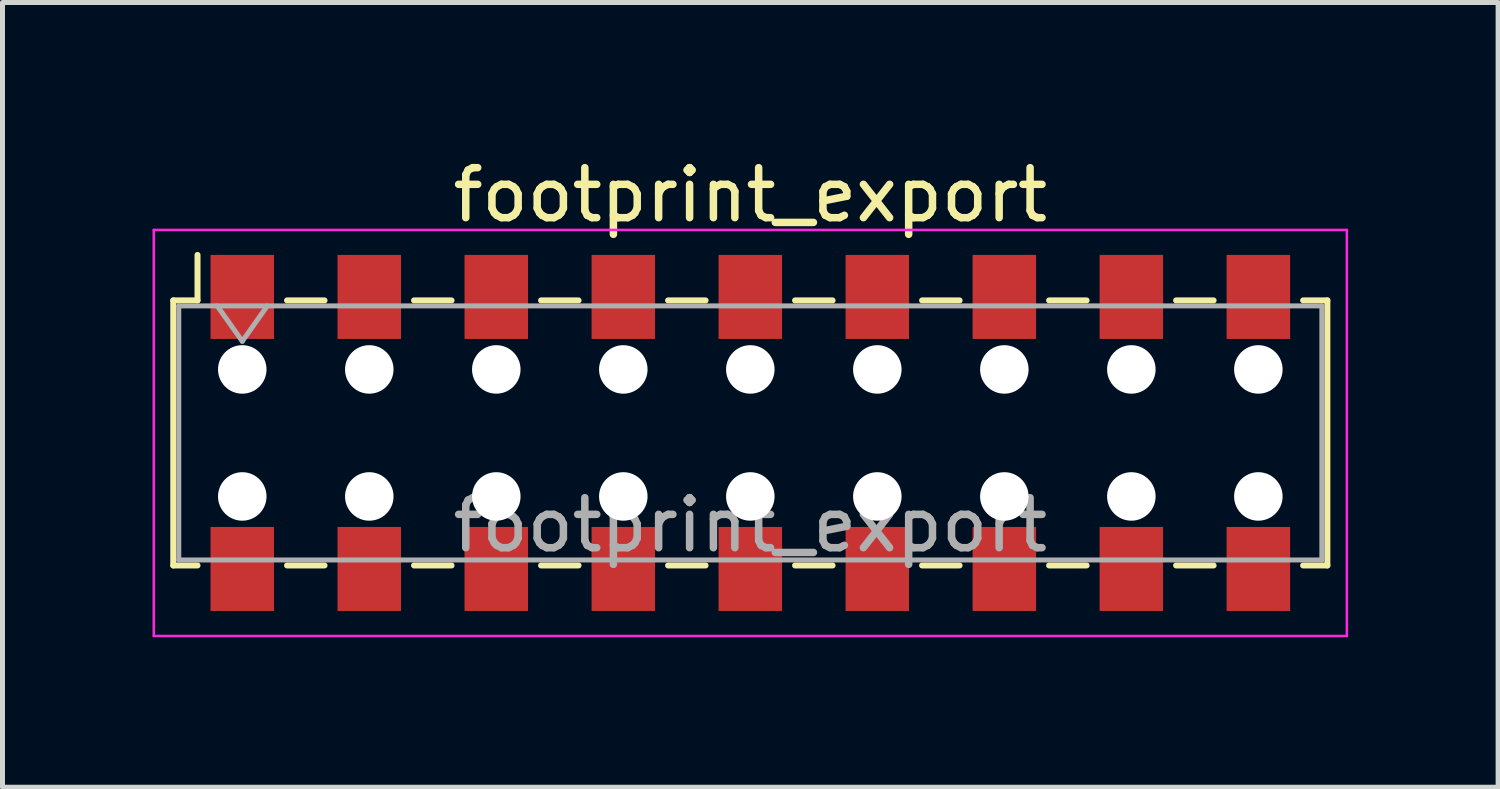
<source format=kicad_pcb>
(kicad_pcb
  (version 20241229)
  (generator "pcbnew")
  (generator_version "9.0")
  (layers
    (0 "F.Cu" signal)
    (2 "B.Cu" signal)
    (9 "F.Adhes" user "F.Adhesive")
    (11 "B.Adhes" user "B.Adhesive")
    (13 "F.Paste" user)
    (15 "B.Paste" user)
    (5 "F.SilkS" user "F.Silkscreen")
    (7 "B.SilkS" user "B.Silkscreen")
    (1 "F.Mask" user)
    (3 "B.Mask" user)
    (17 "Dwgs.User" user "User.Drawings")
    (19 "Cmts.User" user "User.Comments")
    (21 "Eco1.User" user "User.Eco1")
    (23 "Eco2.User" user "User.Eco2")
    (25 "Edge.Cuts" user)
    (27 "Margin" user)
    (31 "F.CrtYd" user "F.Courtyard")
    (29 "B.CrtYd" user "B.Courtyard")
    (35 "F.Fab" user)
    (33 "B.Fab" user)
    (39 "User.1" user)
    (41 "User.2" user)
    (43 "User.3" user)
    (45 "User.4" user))
  (footprint "footprint_export"
    (layer "F.Cu")
    (at 11.955 5.608)
    (property "Reference" "footprint_export" (at 0 -4.76 0) (layer "F.SilkS") (effects (font (size 1 1) (thickness 0.15))))
    (attr smd)
    (fp_line (start -11.54 -2.65) (end -11.54 2.65) (stroke (width 0.12) (type solid)) (layer "F.SilkS"))
    (fp_line (start -11.54 2.65) (end -11.055 2.65) (stroke (width 0.12) (type solid)) (layer "F.SilkS"))
    (fp_line (start -11.055 -3.56) (end -11.055 -2.65) (stroke (width 0.12) (type solid)) (layer "F.SilkS"))
    (fp_line (start -11.055 -2.65) (end -11.54 -2.65) (stroke (width 0.12) (type solid)) (layer "F.SilkS"))
    (fp_line (start -9.265 -2.65) (end -8.515 -2.65) (stroke (width 0.12) (type solid)) (layer "F.SilkS"))
    (fp_line (start -9.265 2.65) (end -8.515 2.65) (stroke (width 0.12) (type solid)) (layer "F.SilkS"))
    (fp_line (start -6.725 -2.65) (end -5.975 -2.65) (stroke (width 0.12) (type solid)) (layer "F.SilkS"))
    (fp_line (start -6.725 2.65) (end -5.975 2.65) (stroke (width 0.12) (type solid)) (layer "F.SilkS"))
    (fp_line (start -4.185 -2.65) (end -3.435 -2.65) (stroke (width 0.12) (type solid)) (layer "F.SilkS"))
    (fp_line (start -4.185 2.65) (end -3.435 2.65) (stroke (width 0.12) (type solid)) (layer "F.SilkS"))
    (fp_line (start -1.645 -2.65) (end -0.895 -2.65) (stroke (width 0.12) (type solid)) (layer "F.SilkS"))
    (fp_line (start -1.645 2.65) (end -0.895 2.65) (stroke (width 0.12) (type solid)) (layer "F.SilkS"))
    (fp_line (start 0.895 -2.65) (end 1.645 -2.65) (stroke (width 0.12) (type solid)) (layer "F.SilkS"))
    (fp_line (start 0.895 2.65) (end 1.645 2.65) (stroke (width 0.12) (type solid)) (layer "F.SilkS"))
    (fp_line (start 3.435 -2.65) (end 4.185 -2.65) (stroke (width 0.12) (type solid)) (layer "F.SilkS"))
    (fp_line (start 3.435 2.65) (end 4.185 2.65) (stroke (width 0.12) (type solid)) (layer "F.SilkS"))
    (fp_line (start 5.975 -2.65) (end 6.725 -2.65) (stroke (width 0.12) (type solid)) (layer "F.SilkS"))
    (fp_line (start 5.975 2.65) (end 6.725 2.65) (stroke (width 0.12) (type solid)) (layer "F.SilkS"))
    (fp_line (start 8.515 -2.65) (end 9.265 -2.65) (stroke (width 0.12) (type solid)) (layer "F.SilkS"))
    (fp_line (start 8.515 2.65) (end 9.265 2.65) (stroke (width 0.12) (type solid)) (layer "F.SilkS"))
    (fp_line (start 11.055 -2.65) (end 11.54 -2.65) (stroke (width 0.12) (type solid)) (layer "F.SilkS"))
    (fp_line (start 11.54 -2.65) (end 11.54 2.65) (stroke (width 0.12) (type solid)) (layer "F.SilkS"))
    (fp_line (start 11.54 2.65) (end 11.055 2.65) (stroke (width 0.12) (type solid)) (layer "F.SilkS"))
    (fp_line (start -11.93 -4.06) (end 11.93 -4.06) (stroke (width 0.05) (type solid)) (layer "F.CrtYd"))
    (fp_line (start -11.93 4.06) (end -11.93 -4.06) (stroke (width 0.05) (type solid)) (layer "F.CrtYd"))
    (fp_line (start 11.93 -4.06) (end 11.93 4.06) (stroke (width 0.05) (type solid)) (layer "F.CrtYd"))
    (fp_line (start 11.93 4.06) (end -11.93 4.06) (stroke (width 0.05) (type solid)) (layer "F.CrtYd"))
    (fp_line (start -11.43 -2.54) (end 11.43 -2.54) (stroke (width 0.1) (type solid)) (layer "F.Fab"))
    (fp_line (start -11.43 2.54) (end -11.43 -2.54) (stroke (width 0.1) (type solid)) (layer "F.Fab"))
    (fp_line (start -10.66 -2.54) (end -10.16 -1.833) (stroke (width 0.1) (type solid)) (layer "F.Fab"))
    (fp_line (start -10.16 -1.833) (end -9.66 -2.54) (stroke (width 0.1) (type solid)) (layer "F.Fab"))
    (fp_line (start 11.43 -2.54) (end 11.43 2.54) (stroke (width 0.1) (type solid)) (layer "F.Fab"))
    (fp_line (start 11.43 2.54) (end -11.43 2.54) (stroke (width 0.1) (type solid)) (layer "F.Fab"))
    (fp_text user "${REFERENCE}" (at 0 1.84 0) (layer "F.Fab") (effects (font (size 1 1) (thickness 0.15))))
    (pad "" np_thru_hole circle (at -10.16 -1.27) (size 0.97 0.97) (drill 0.97) (layers "*.Cu" "*.Mask"))
    (pad "" np_thru_hole circle (at -10.16 1.27) (size 0.97 0.97) (drill 0.97) (layers "*.Cu" "*.Mask"))
    (pad "" np_thru_hole circle (at -7.62 -1.27) (size 0.97 0.97) (drill 0.97) (layers "*.Cu" "*.Mask"))
    (pad "" np_thru_hole circle (at -7.62 1.27) (size 0.97 0.97) (drill 0.97) (layers "*.Cu" "*.Mask"))
    (pad "" np_thru_hole circle (at -5.08 -1.27) (size 0.97 0.97) (drill 0.97) (layers "*.Cu" "*.Mask"))
    (pad "" np_thru_hole circle (at -5.08 1.27) (size 0.97 0.97) (drill 0.97) (layers "*.Cu" "*.Mask"))
    (pad "" np_thru_hole circle (at -2.54 -1.27) (size 0.97 0.97) (drill 0.97) (layers "*.Cu" "*.Mask"))
    (pad "" np_thru_hole circle (at -2.54 1.27) (size 0.97 0.97) (drill 0.97) (layers "*.Cu" "*.Mask"))
    (pad "" np_thru_hole circle (at 0 -1.27) (size 0.97 0.97) (drill 0.97) (layers "*.Cu" "*.Mask"))
    (pad "" np_thru_hole circle (at 0 1.27) (size 0.97 0.97) (drill 0.97) (layers "*.Cu" "*.Mask"))
    (pad "" np_thru_hole circle (at 2.54 -1.27) (size 0.97 0.97) (drill 0.97) (layers "*.Cu" "*.Mask"))
    (pad "" np_thru_hole circle (at 2.54 1.27) (size 0.97 0.97) (drill 0.97) (layers "*.Cu" "*.Mask"))
    (pad "" np_thru_hole circle (at 5.08 -1.27) (size 0.97 0.97) (drill 0.97) (layers "*.Cu" "*.Mask"))
    (pad "" np_thru_hole circle (at 5.08 1.27) (size 0.97 0.97) (drill 0.97) (layers "*.Cu" "*.Mask"))
    (pad "" np_thru_hole circle (at 7.62 -1.27) (size 0.97 0.97) (drill 0.97) (layers "*.Cu" "*.Mask"))
    (pad "" np_thru_hole circle (at 7.62 1.27) (size 0.97 0.97) (drill 0.97) (layers "*.Cu" "*.Mask"))
    (pad "" np_thru_hole circle (at 10.16 -1.27) (size 0.97 0.97) (drill 0.97) (layers "*.Cu" "*.Mask"))
    (pad "" np_thru_hole circle (at 10.16 1.27) (size 0.97 0.97) (drill 0.97) (layers "*.Cu" "*.Mask"))
    (pad "1" smd rect (at -10.16 -2.72) (size 1.27 1.68) (layers "F.Cu" "F.Mask" "F.Paste"))
    (pad "2" smd rect (at -10.16 2.72) (size 1.27 1.68) (layers "F.Cu" "F.Mask" "F.Paste"))
    (pad "3" smd rect (at -7.62 -2.72) (size 1.27 1.68) (layers "F.Cu" "F.Mask" "F.Paste"))
    (pad "4" smd rect (at -7.62 2.72) (size 1.27 1.68) (layers "F.Cu" "F.Mask" "F.Paste"))
    (pad "5" smd rect (at -5.08 -2.72) (size 1.27 1.68) (layers "F.Cu" "F.Mask" "F.Paste"))
    (pad "6" smd rect (at -5.08 2.72) (size 1.27 1.68) (layers "F.Cu" "F.Mask" "F.Paste"))
    (pad "7" smd rect (at -2.54 -2.72) (size 1.27 1.68) (layers "F.Cu" "F.Mask" "F.Paste"))
    (pad "8" smd rect (at -2.54 2.72) (size 1.27 1.68) (layers "F.Cu" "F.Mask" "F.Paste"))
    (pad "9" smd rect (at 0 -2.72) (size 1.27 1.68) (layers "F.Cu" "F.Mask" "F.Paste"))
    (pad "10" smd rect (at 0 2.72) (size 1.27 1.68) (layers "F.Cu" "F.Mask" "F.Paste"))
    (pad "11" smd rect (at 2.54 -2.72) (size 1.27 1.68) (layers "F.Cu" "F.Mask" "F.Paste"))
    (pad "12" smd rect (at 2.54 2.72) (size 1.27 1.68) (layers "F.Cu" "F.Mask" "F.Paste"))
    (pad "13" smd rect (at 5.08 -2.72) (size 1.27 1.68) (layers "F.Cu" "F.Mask" "F.Paste"))
    (pad "14" smd rect (at 5.08 2.72) (size 1.27 1.68) (layers "F.Cu" "F.Mask" "F.Paste"))
    (pad "15" smd rect (at 7.62 -2.72) (size 1.27 1.68) (layers "F.Cu" "F.Mask" "F.Paste"))
    (pad "16" smd rect (at 7.62 2.72) (size 1.27 1.68) (layers "F.Cu" "F.Mask" "F.Paste"))
    (pad "17" smd rect (at 10.16 -2.72) (size 1.27 1.68) (layers "F.Cu" "F.Mask" "F.Paste"))
    (pad "18" smd rect (at 10.16 2.72) (size 1.27 1.68) (layers "F.Cu" "F.Mask" "F.Paste")))
  (gr_rect
    (start -3 -3)
    (end 26.91 12.693)
    (stroke (width 0.1) (type default))
    (fill no)
    (layer "Edge.Cuts")))
</source>
